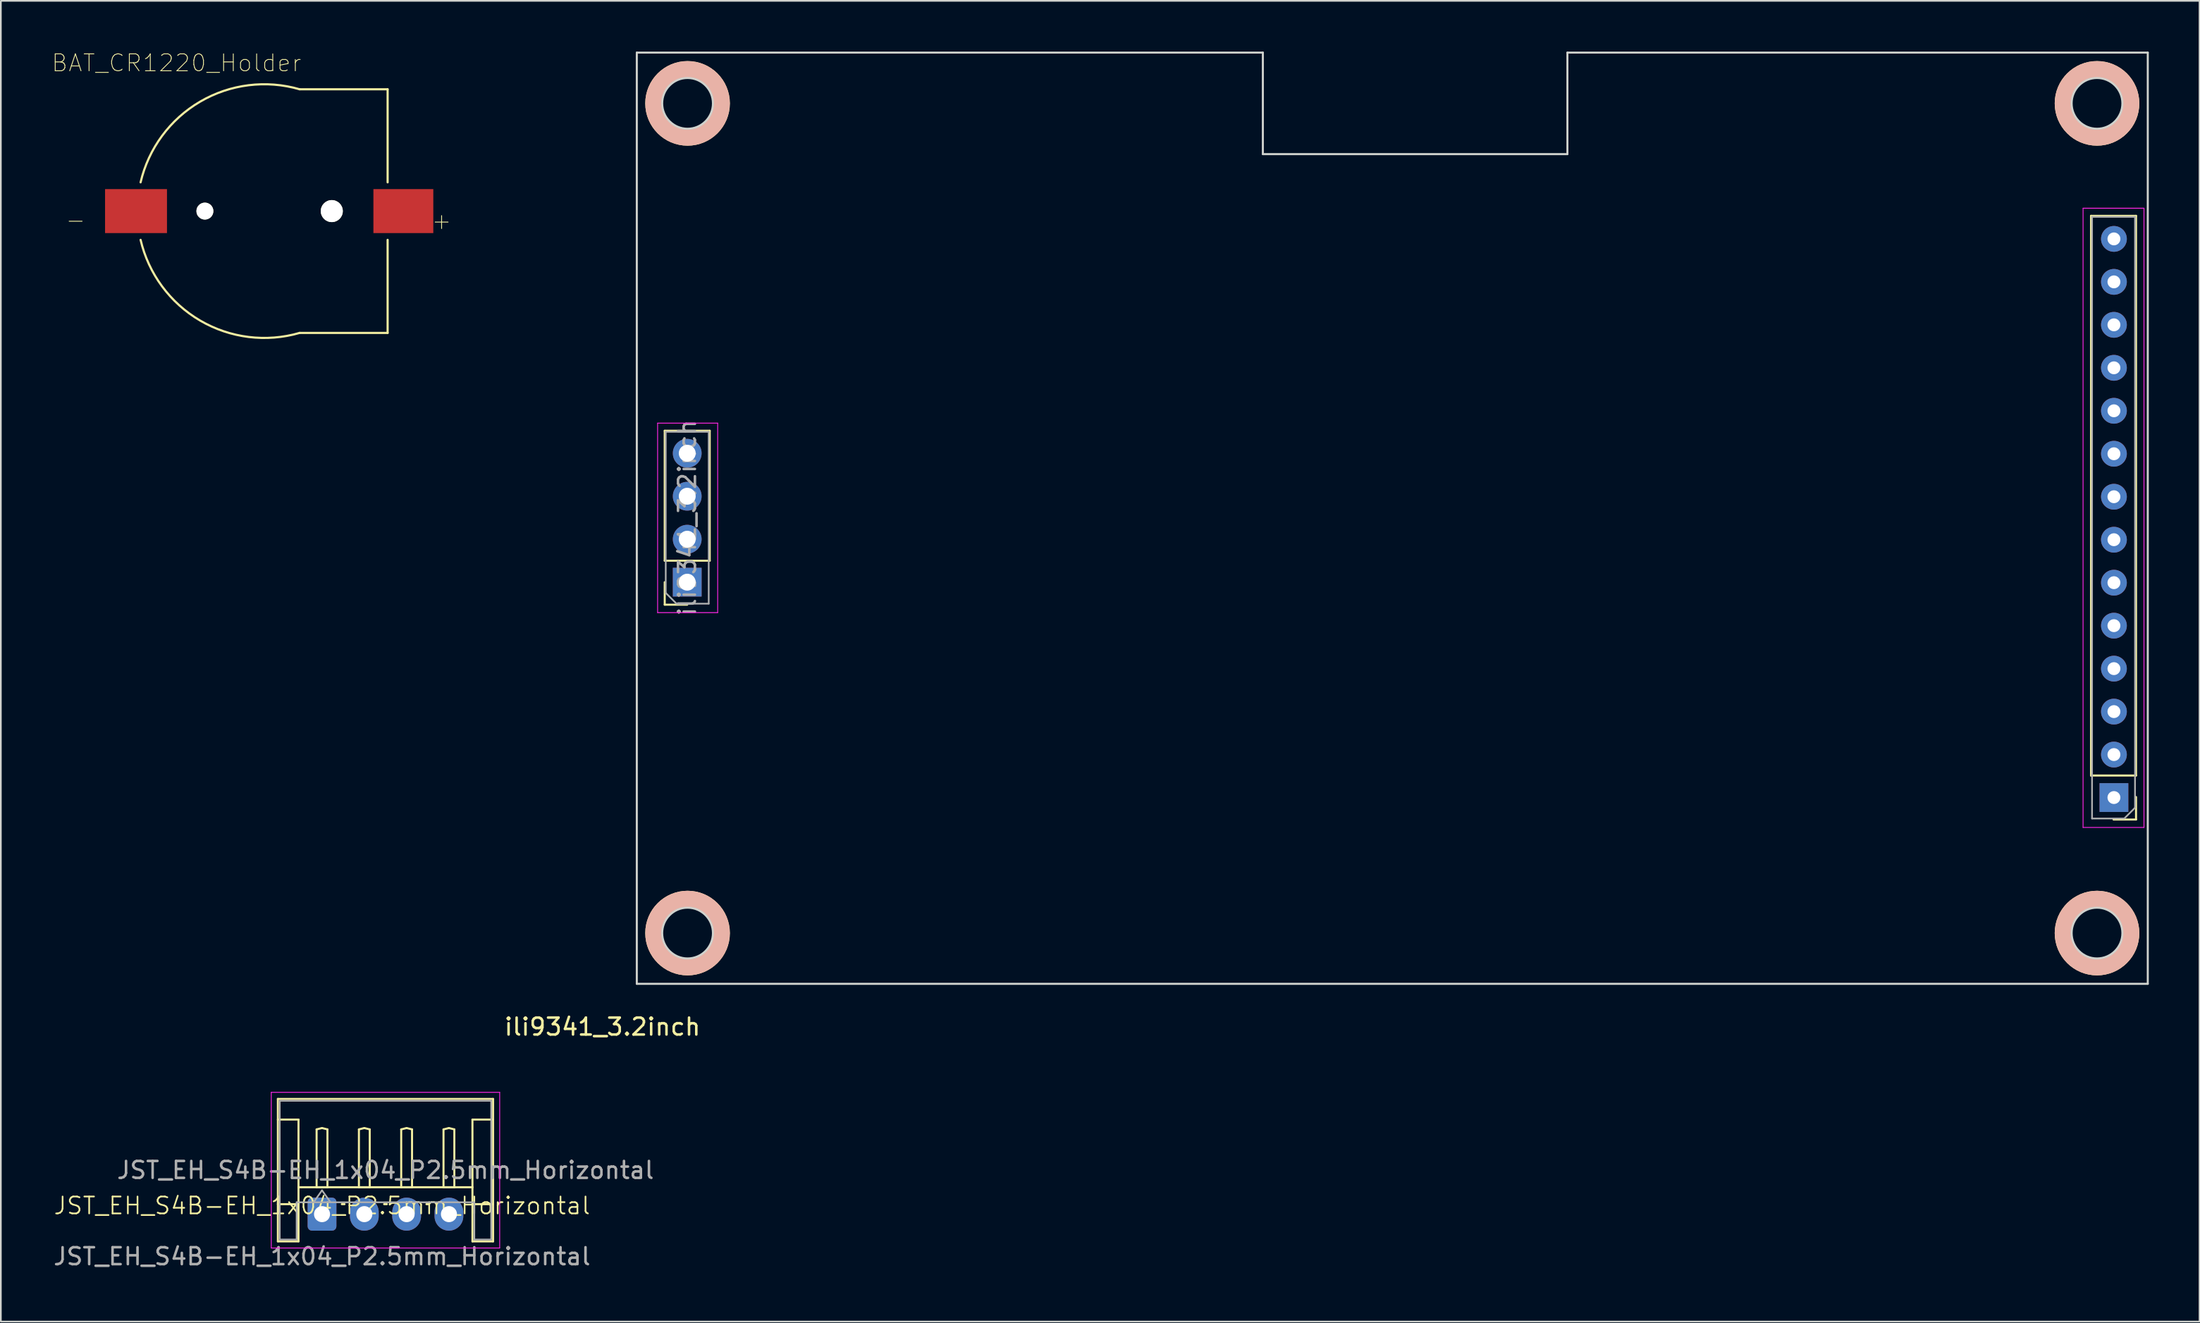
<source format=kicad_pcb>
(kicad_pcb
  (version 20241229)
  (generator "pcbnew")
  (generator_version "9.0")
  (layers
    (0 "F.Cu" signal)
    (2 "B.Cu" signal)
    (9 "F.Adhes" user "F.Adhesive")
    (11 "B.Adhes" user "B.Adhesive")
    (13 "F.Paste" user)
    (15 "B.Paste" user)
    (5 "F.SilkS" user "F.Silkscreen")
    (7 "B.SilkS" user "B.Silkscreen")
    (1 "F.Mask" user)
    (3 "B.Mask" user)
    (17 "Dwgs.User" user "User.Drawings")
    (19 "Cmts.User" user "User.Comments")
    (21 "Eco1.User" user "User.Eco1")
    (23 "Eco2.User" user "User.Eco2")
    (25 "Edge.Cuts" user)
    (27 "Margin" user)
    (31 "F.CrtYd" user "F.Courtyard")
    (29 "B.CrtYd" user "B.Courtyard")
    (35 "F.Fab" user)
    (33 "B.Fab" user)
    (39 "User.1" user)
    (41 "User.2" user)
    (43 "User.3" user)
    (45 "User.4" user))
  (footprint "BAT_CR1220_Holder"
    (layer "F.Cu")
    (at 12.559 9.427)
    (property "Reference" "BAT_CR1220_Holder" (at -5.179 -8.754 0) (layer "F.SilkS") (effects (font (size 1 1) (thickness 0.05))))
    (attr smd)
    (fp_line (start 2.1 -7.2) (end 7.3 -7.2) (stroke (width 0.127) (type solid)) (layer "F.SilkS"))
    (fp_line (start 2.1 7.2) (end 7.3 7.2) (stroke (width 0.127) (type solid)) (layer "F.SilkS"))
    (fp_line (start 7.3 -1.7) (end 7.3 -7.2) (stroke (width 0.127) (type solid)) (layer "F.SilkS"))
    (fp_line (start 7.3 1.7) (end 7.3 7.2) (stroke (width 0.127) (type solid)) (layer "F.SilkS"))
    (fp_arc (start -7.3 -1.699999) (mid -3.781493 -6.469279) (end 2.1 -7.2) (stroke (width 0.127) (type solid)) (layer "F.SilkS"))
    (fp_arc (start 2.100001 7.2) (mid -3.781493 6.46928) (end -7.3 1.7) (stroke (width 0.127) (type solid)) (layer "F.SilkS"))
    (fp_line (start -9.65 -1.55) (end -7.75 -1.55) (stroke (width 0.05) (type solid)) (layer "Eco1.User"))
    (fp_line (start -9.65 1.55) (end -9.65 -1.55) (stroke (width 0.05) (type solid)) (layer "Eco1.User"))
    (fp_line (start -7.75 -7.75) (end 7.75 -7.75) (stroke (width 0.05) (type solid)) (layer "Eco1.User"))
    (fp_line (start -7.75 -1.55) (end -7.75 -7.75) (stroke (width 0.05) (type solid)) (layer "Eco1.User"))
    (fp_line (start -7.75 1.55) (end -9.65 1.55) (stroke (width 0.05) (type solid)) (layer "Eco1.User"))
    (fp_line (start -7.75 7.75) (end -7.75 1.55) (stroke (width 0.05) (type solid)) (layer "Eco1.User"))
    (fp_line (start 7.75 -7.75) (end 7.75 -1.55) (stroke (width 0.05) (type solid)) (layer "Eco1.User"))
    (fp_line (start 7.75 -1.55) (end 10.25 -1.55) (stroke (width 0.05) (type solid)) (layer "Eco1.User"))
    (fp_line (start 7.75 1.55) (end 7.75 7.75) (stroke (width 0.05) (type solid)) (layer "Eco1.User"))
    (fp_line (start 7.75 7.75) (end -7.75 7.75) (stroke (width 0.05) (type solid)) (layer "Eco1.User"))
    (fp_line (start 10.25 -1.55) (end 10.25 1.55) (stroke (width 0.05) (type solid)) (layer "Eco1.User"))
    (fp_line (start 10.25 1.55) (end 7.75 1.55) (stroke (width 0.05) (type solid)) (layer "Eco1.User"))
    (fp_circle (center 0 0) (end 7.5 0) (stroke (width 0.127) (type solid)) (fill no) (layer "Eco2.User"))
    (fp_circle (center 0.01 0) (end 6.51 0) (stroke (width 0.127) (type solid)) (fill no) (layer "Eco2.User"))
    (fp_text user "-" (at -11.14 0.52 0) (layer "F.SilkS") (effects (font (size 1 1) (thickness 0.05))))
    (fp_text user "+" (at 10.49 0.57 0) (layer "F.SilkS") (effects (font (size 1 1) (thickness 0.05))))
    (pad "" np_thru_hole circle (at -3.5 0) (size 1 1) (drill 1) (layers "*.Cu" "*.Mask" "F.SilkS"))
    (pad "" np_thru_hole circle (at 4 0) (size 1.3 1.3) (drill 1.3) (layers "*.Cu" "*.Mask" "F.SilkS"))
    (pad "1" smd rect (at 8.23 0) (size 3.54 2.6) (layers "F.Cu" "F.Mask" "F.Paste"))
    (pad "2" smd rect (at -7.57 0) (size 3.66 2.6) (layers "F.Cu" "F.Mask" "F.Paste")))
  (footprint "JST_EH_S4B-EH_1x04_P2.5mm_Horizontal"
    (layer "F.Cu")
    (at 15.982 68.713)
    (property "Reference" "JST_EH_S4B-EH_1x04_P2.5mm_Horizontal" (at 0 -0.5 0) (unlocked yes) (layer "F.SilkS") (effects (font (size 1 1) (thickness 0.1))))
    (attr through_hole)
    (fp_line (start -2.61 -6.81) (end 10.11 -6.81) (stroke (width 0.12) (type solid)) (layer "F.SilkS"))
    (fp_line (start -2.61 -5.59) (end -1.39 -5.59) (stroke (width 0.12) (type solid)) (layer "F.SilkS"))
    (fp_line (start -2.61 1.61) (end -2.61 -6.81) (stroke (width 0.12) (type solid)) (layer "F.SilkS"))
    (fp_line (start -1.39 -5.59) (end -1.39 -0.59) (stroke (width 0.12) (type solid)) (layer "F.SilkS"))
    (fp_line (start -1.39 -1.59) (end 8.89 -1.59) (stroke (width 0.12) (type solid)) (layer "F.SilkS"))
    (fp_line (start -1.39 -0.59) (end -2.61 -0.59) (stroke (width 0.12) (type solid)) (layer "F.SilkS"))
    (fp_line (start -1.39 -0.59) (end -1.39 1.61) (stroke (width 0.12) (type solid)) (layer "F.SilkS"))
    (fp_line (start -1.39 1.61) (end -2.61 1.61) (stroke (width 0.12) (type solid)) (layer "F.SilkS"))
    (fp_line (start -0.32 -5.01) (end 0 -5.09) (stroke (width 0.12) (type solid)) (layer "F.SilkS"))
    (fp_line (start -0.32 -1.59) (end -0.32 -5.01) (stroke (width 0.12) (type solid)) (layer "F.SilkS"))
    (fp_line (start 0 -5.09) (end 0.32 -5.01) (stroke (width 0.12) (type solid)) (layer "F.SilkS"))
    (fp_line (start 0 -1.59) (end -0.32 -1.59) (stroke (width 0.12) (type solid)) (layer "F.SilkS"))
    (fp_line (start 0.32 -5.01) (end 0.32 -1.59) (stroke (width 0.12) (type solid)) (layer "F.SilkS"))
    (fp_line (start 0.32 -1.59) (end 0 -1.59) (stroke (width 0.12) (type solid)) (layer "F.SilkS"))
    (fp_line (start 1.17 -0.59) (end 1.33 -0.59) (stroke (width 0.12) (type solid)) (layer "F.SilkS"))
    (fp_line (start 2.18 -5.01) (end 2.5 -5.09) (stroke (width 0.12) (type solid)) (layer "F.SilkS"))
    (fp_line (start 2.18 -1.59) (end 2.18 -5.01) (stroke (width 0.12) (type solid)) (layer "F.SilkS"))
    (fp_line (start 2.5 -5.09) (end 2.82 -5.01) (stroke (width 0.12) (type solid)) (layer "F.SilkS"))
    (fp_line (start 2.5 -1.59) (end 2.18 -1.59) (stroke (width 0.12) (type solid)) (layer "F.SilkS"))
    (fp_line (start 2.82 -5.01) (end 2.82 -1.59) (stroke (width 0.12) (type solid)) (layer "F.SilkS"))
    (fp_line (start 2.82 -1.59) (end 2.5 -1.59) (stroke (width 0.12) (type solid)) (layer "F.SilkS"))
    (fp_line (start 3.67 -0.59) (end 3.83 -0.59) (stroke (width 0.12) (type solid)) (layer "F.SilkS"))
    (fp_line (start 4.68 -5.01) (end 5 -5.09) (stroke (width 0.12) (type solid)) (layer "F.SilkS"))
    (fp_line (start 4.68 -1.59) (end 4.68 -5.01) (stroke (width 0.12) (type solid)) (layer "F.SilkS"))
    (fp_line (start 5 -5.09) (end 5.32 -5.01) (stroke (width 0.12) (type solid)) (layer "F.SilkS"))
    (fp_line (start 5 -1.59) (end 4.68 -1.59) (stroke (width 0.12) (type solid)) (layer "F.SilkS"))
    (fp_line (start 5.32 -5.01) (end 5.32 -1.59) (stroke (width 0.12) (type solid)) (layer "F.SilkS"))
    (fp_line (start 5.32 -1.59) (end 5 -1.59) (stroke (width 0.12) (type solid)) (layer "F.SilkS"))
    (fp_line (start 6.17 -0.59) (end 6.33 -0.59) (stroke (width 0.12) (type solid)) (layer "F.SilkS"))
    (fp_line (start 7.18 -5.01) (end 7.5 -5.09) (stroke (width 0.12) (type solid)) (layer "F.SilkS"))
    (fp_line (start 7.18 -1.59) (end 7.18 -5.01) (stroke (width 0.12) (type solid)) (layer "F.SilkS"))
    (fp_line (start 7.5 -5.09) (end 7.82 -5.01) (stroke (width 0.12) (type solid)) (layer "F.SilkS"))
    (fp_line (start 7.5 -1.59) (end 7.18 -1.59) (stroke (width 0.12) (type solid)) (layer "F.SilkS"))
    (fp_line (start 7.82 -5.01) (end 7.82 -1.59) (stroke (width 0.12) (type solid)) (layer "F.SilkS"))
    (fp_line (start 7.82 -1.59) (end 7.5 -1.59) (stroke (width 0.12) (type solid)) (layer "F.SilkS"))
    (fp_line (start 8.89 -5.59) (end 8.89 -0.59) (stroke (width 0.12) (type solid)) (layer "F.SilkS"))
    (fp_line (start 8.89 -0.59) (end 10.11 -0.59) (stroke (width 0.12) (type solid)) (layer "F.SilkS"))
    (fp_line (start 8.89 1.61) (end 8.89 -0.59) (stroke (width 0.12) (type solid)) (layer "F.SilkS"))
    (fp_line (start 10.11 -6.81) (end 10.11 1.61) (stroke (width 0.12) (type solid)) (layer "F.SilkS"))
    (fp_line (start 10.11 -5.59) (end 8.89 -5.59) (stroke (width 0.12) (type solid)) (layer "F.SilkS"))
    (fp_line (start 10.11 1.61) (end 8.89 1.61) (stroke (width 0.12) (type solid)) (layer "F.SilkS"))
    (fp_line (start -3 -7.2) (end -3 2) (stroke (width 0.05) (type solid)) (layer "F.CrtYd"))
    (fp_line (start -3 2) (end 10.5 2) (stroke (width 0.05) (type solid)) (layer "F.CrtYd"))
    (fp_line (start 10.5 -7.2) (end -3 -7.2) (stroke (width 0.05) (type solid)) (layer "F.CrtYd"))
    (fp_line (start 10.5 2) (end 10.5 -7.2) (stroke (width 0.05) (type solid)) (layer "F.CrtYd"))
    (fp_line (start -2.5 -6.7) (end 10 -6.7) (stroke (width 0.1) (type solid)) (layer "F.Fab"))
    (fp_line (start -2.5 1.5) (end -2.5 -6.7) (stroke (width 0.1) (type solid)) (layer "F.Fab"))
    (fp_line (start -1.5 -0.7) (end -1.5 1.5) (stroke (width 0.1) (type solid)) (layer "F.Fab"))
    (fp_line (start -1.5 1.5) (end -2.5 1.5) (stroke (width 0.1) (type solid)) (layer "F.Fab"))
    (fp_line (start -0.5 -0.7) (end 0 -1.407) (stroke (width 0.1) (type solid)) (layer "F.Fab"))
    (fp_line (start 0 -1.407) (end 0.5 -0.7) (stroke (width 0.1) (type solid)) (layer "F.Fab"))
    (fp_line (start 9 -0.7) (end -1.5 -0.7) (stroke (width 0.1) (type solid)) (layer "F.Fab"))
    (fp_line (start 9 1.5) (end 9 -0.7) (stroke (width 0.1) (type solid)) (layer "F.Fab"))
    (fp_line (start 10 -6.7) (end 10 1.5) (stroke (width 0.1) (type solid)) (layer "F.Fab"))
    (fp_line (start 10 1.5) (end 9 1.5) (stroke (width 0.1) (type solid)) (layer "F.Fab"))
    (fp_text user "${REFERENCE}" (at 0 2.5 0) (unlocked yes) (layer "F.Fab") (effects (font (size 1 1) (thickness 0.15))))
    (fp_text user "${REFERENCE}" (at 3.75 -2.6 0) (layer "F.Fab") (effects (font (size 1 1) (thickness 0.15))))
    (pad "1" thru_hole roundrect (at 0 0) (size 1.7 1.95) (drill 0.95) (layers "*.Cu" "*.Mask") (roundrect_rratio 0.147))
    (pad "2" thru_hole oval (at 2.5 0) (size 1.7 1.95) (drill 0.95) (layers "*.Cu" "*.Mask"))
    (pad "3" thru_hole oval (at 5 0) (size 1.7 1.95) (drill 0.95) (layers "*.Cu" "*.Mask"))
    (pad "4" thru_hole oval (at 7.5 0) (size 1.7 1.95) (drill 0.95) (layers "*.Cu" "*.Mask")))
  (footprint "ili9341_3.2inch"
    (layer "F.Cu")
    (at 34.586 55.1)
    (property "Reference" "ili9341_3.2inch" (at -2.032 2.54 0) (layer "F.SilkS") (effects (font (size 1 1) (thickness 0.15))))
    (attr through_hole)
    (fp_line (start 1.65 -25.01) (end 1.65 -32.69) (stroke (width 0.12) (type solid)) (layer "F.SilkS"))
    (fp_line (start 1.65 -22.41) (end 1.65 -23.74) (stroke (width 0.12) (type solid)) (layer "F.SilkS"))
    (fp_line (start 2.98 -22.41) (end 1.65 -22.41) (stroke (width 0.12) (type solid)) (layer "F.SilkS"))
    (fp_line (start 4.31 -32.69) (end 1.65 -32.69) (stroke (width 0.12) (type solid)) (layer "F.SilkS"))
    (fp_line (start 4.31 -25.01) (end 1.65 -25.01) (stroke (width 0.12) (type solid)) (layer "F.SilkS"))
    (fp_line (start 4.31 -25.01) (end 4.31 -32.69) (stroke (width 0.12) (type solid)) (layer "F.SilkS"))
    (fp_line (start 85.946 -12.312) (end 85.946 -45.392) (stroke (width 0.12) (type solid)) (layer "F.SilkS"))
    (fp_line (start 88.606 -45.392) (end 85.946 -45.392) (stroke (width 0.12) (type solid)) (layer "F.SilkS"))
    (fp_line (start 88.606 -12.312) (end 85.946 -12.312) (stroke (width 0.12) (type solid)) (layer "F.SilkS"))
    (fp_line (start 88.606 -12.312) (end 88.606 -45.392) (stroke (width 0.12) (type solid)) (layer "F.SilkS"))
    (fp_line (start 88.606 -11.042) (end 88.606 -9.712) (stroke (width 0.12) (type solid)) (layer "F.SilkS"))
    (fp_line (start 88.606 -9.712) (end 87.276 -9.712) (stroke (width 0.12) (type solid)) (layer "F.SilkS"))
    (fp_circle (center 3 -52.04) (end 5 -52.04) (stroke (width 1) (type default)) (fill no) (layer "F.SilkS"))
    (fp_circle (center 3 -3) (end 5 -3) (stroke (width 1) (type default)) (fill no) (layer "F.SilkS"))
    (fp_circle (center 86.3 -52.04) (end 88.3 -52.04) (stroke (width 1) (type default)) (fill no) (layer "F.SilkS"))
    (fp_circle (center 86.3 -3) (end 88.3 -3) (stroke (width 1) (type default)) (fill no) (layer "F.SilkS"))
    (fp_circle (center 3 -52.04) (end 5 -52.04) (stroke (width 1) (type default)) (fill no) (layer "B.SilkS"))
    (fp_circle (center 3 -3) (end 5 -3) (stroke (width 1) (type default)) (fill no) (layer "B.SilkS"))
    (fp_circle (center 86.3 -52.04) (end 88.3 -52.04) (stroke (width 1) (type default)) (fill no) (layer "B.SilkS"))
    (fp_circle (center 86.3 -3) (end 88.3 -3) (stroke (width 1) (type default)) (fill no) (layer "B.SilkS"))
    (fp_line (start 0 -55.04) (end 37 -55.04) (stroke (width 0.12) (type solid)) (layer "Edge.Cuts"))
    (fp_line (start 0 0) (end 0 -55.04) (stroke (width 0.12) (type solid)) (layer "Edge.Cuts"))
    (fp_line (start 37 -49.04) (end 37 -55.04) (stroke (width 0.12) (type solid)) (layer "Edge.Cuts"))
    (fp_line (start 37 -49.04) (end 55 -49.04) (stroke (width 0.12) (type solid)) (layer "Edge.Cuts"))
    (fp_line (start 55 -55.04) (end 89.3 -55.04) (stroke (width 0.12) (type solid)) (layer "Edge.Cuts"))
    (fp_line (start 55 -49.04) (end 55 -55.04) (stroke (width 0.12) (type solid)) (layer "Edge.Cuts"))
    (fp_line (start 89.3 -55.04) (end 89.3 0) (stroke (width 0.12) (type solid)) (layer "Edge.Cuts"))
    (fp_line (start 89.3 0) (end 0 0) (stroke (width 0.12) (type solid)) (layer "Edge.Cuts"))
    (fp_circle (center 3 -52.04) (end 4.5 -52.04) (stroke (width 0.12) (type solid)) (fill no) (layer "Edge.Cuts"))
    (fp_circle (center 3 -3) (end 4.5 -3) (stroke (width 0.12) (type solid)) (fill no) (layer "Edge.Cuts"))
    (fp_circle (center 86.3 -52.04) (end 87.8 -52.04) (stroke (width 0.12) (type solid)) (fill no) (layer "Edge.Cuts"))
    (fp_circle (center 86.3 -3) (end 87.8 -3) (stroke (width 0.12) (type solid)) (fill no) (layer "Edge.Cuts"))
    (fp_line (start 1.23 -33.14) (end 4.78 -33.14) (stroke (width 0.05) (type solid)) (layer "F.CrtYd"))
    (fp_line (start 1.23 -21.94) (end 1.23 -33.14) (stroke (width 0.05) (type solid)) (layer "F.CrtYd"))
    (fp_line (start 4.78 -33.14) (end 4.78 -21.94) (stroke (width 0.05) (type solid)) (layer "F.CrtYd"))
    (fp_line (start 4.78 -21.94) (end 1.23 -21.94) (stroke (width 0.05) (type solid)) (layer "F.CrtYd"))
    (fp_line (start 85.476 -45.842) (end 85.476 -9.242) (stroke (width 0.05) (type solid)) (layer "F.CrtYd"))
    (fp_line (start 85.476 -9.242) (end 89.076 -9.242) (stroke (width 0.05) (type solid)) (layer "F.CrtYd"))
    (fp_line (start 89.076 -45.842) (end 85.476 -45.842) (stroke (width 0.05) (type solid)) (layer "F.CrtYd"))
    (fp_line (start 89.076 -9.242) (end 89.076 -45.842) (stroke (width 0.05) (type solid)) (layer "F.CrtYd"))
    (fp_line (start 1.71 -32.63) (end 4.25 -32.63) (stroke (width 0.1) (type solid)) (layer "F.Fab"))
    (fp_line (start 1.71 -23.105) (end 1.71 -32.63) (stroke (width 0.1) (type solid)) (layer "F.Fab"))
    (fp_line (start 2.345 -22.47) (end 1.71 -23.105) (stroke (width 0.1) (type solid)) (layer "F.Fab"))
    (fp_line (start 4.25 -32.63) (end 4.25 -22.47) (stroke (width 0.1) (type solid)) (layer "F.Fab"))
    (fp_line (start 4.25 -22.47) (end 2.345 -22.47) (stroke (width 0.1) (type solid)) (layer "F.Fab"))
    (fp_line (start 86.006 -45.332) (end 88.546 -45.332) (stroke (width 0.1) (type solid)) (layer "F.Fab"))
    (fp_line (start 86.006 -9.772) (end 86.006 -45.332) (stroke (width 0.1) (type solid)) (layer "F.Fab"))
    (fp_line (start 87.911 -9.772) (end 86.006 -9.772) (stroke (width 0.1) (type solid)) (layer "F.Fab"))
    (fp_line (start 88.546 -45.332) (end 88.546 -10.407) (stroke (width 0.1) (type solid)) (layer "F.Fab"))
    (fp_line (start 88.546 -10.407) (end 87.911 -9.772) (stroke (width 0.1) (type solid)) (layer "F.Fab"))
    (fp_text user "${REFERENCE}" (at 2.98 -27.55 270) (layer "F.Fab") (effects (font (size 1 1) (thickness 0.15))))
    (pad "1" thru_hole rect (at 87.3 -11.01) (size 1.7 1.7) (drill 0.762) (layers "*.Cu" "*.Mask"))
    (pad "2" thru_hole circle (at 87.3 -13.55) (size 1.524 1.524) (drill 0.762) (layers "*.Cu" "*.Mask"))
    (pad "3" thru_hole circle (at 87.3 -16.09) (size 1.524 1.524) (drill 0.762) (layers "*.Cu" "*.Mask"))
    (pad "4" thru_hole circle (at 87.3 -18.63) (size 1.524 1.524) (drill 0.762) (layers "*.Cu" "*.Mask"))
    (pad "5" thru_hole circle (at 87.3 -21.17) (size 1.524 1.524) (drill 0.762) (layers "*.Cu" "*.Mask"))
    (pad "6" thru_hole circle (at 87.3 -23.71) (size 1.524 1.524) (drill 0.762) (layers "*.Cu" "*.Mask"))
    (pad "7" thru_hole circle (at 87.3 -26.25) (size 1.524 1.524) (drill 0.762) (layers "*.Cu" "*.Mask"))
    (pad "8" thru_hole circle (at 87.3 -28.79) (size 1.524 1.524) (drill 0.762) (layers "*.Cu" "*.Mask"))
    (pad "9" thru_hole circle (at 87.3 -31.33) (size 1.524 1.524) (drill 0.762) (layers "*.Cu" "*.Mask"))
    (pad "10" thru_hole circle (at 87.3 -33.87) (size 1.524 1.524) (drill 0.762) (layers "*.Cu" "*.Mask"))
    (pad "11" thru_hole circle (at 87.3 -36.41) (size 1.524 1.524) (drill 0.762) (layers "*.Cu" "*.Mask"))
    (pad "12" thru_hole circle (at 87.3 -38.95) (size 1.524 1.524) (drill 0.762) (layers "*.Cu" "*.Mask"))
    (pad "13" thru_hole circle (at 87.3 -41.49) (size 1.524 1.524) (drill 0.762) (layers "*.Cu" "*.Mask"))
    (pad "14" thru_hole circle (at 87.3 -44.03) (size 1.524 1.524) (drill 0.762) (layers "*.Cu" "*.Mask"))
    (pad "15" thru_hole rect (at 2.98 -23.74 180) (size 1.7 1.7) (drill 1) (layers "*.Cu" "*.Mask"))
    (pad "16" thru_hole oval (at 2.98 -26.28 180) (size 1.7 1.7) (drill 1) (layers "*.Cu" "*.Mask"))
    (pad "17" thru_hole oval (at 2.98 -28.82 180) (size 1.7 1.7) (drill 1) (layers "*.Cu" "*.Mask"))
    (pad "18" thru_hole oval (at 2.98 -31.36 180) (size 1.7 1.7) (drill 1) (layers "*.Cu" "*.Mask")))
  (gr_rect
    (start -3 -3)
    (end 126.946 75.061)
    (stroke (width 0.1) (type default))
    (fill no)
    (layer "Edge.Cuts")))
</source>
